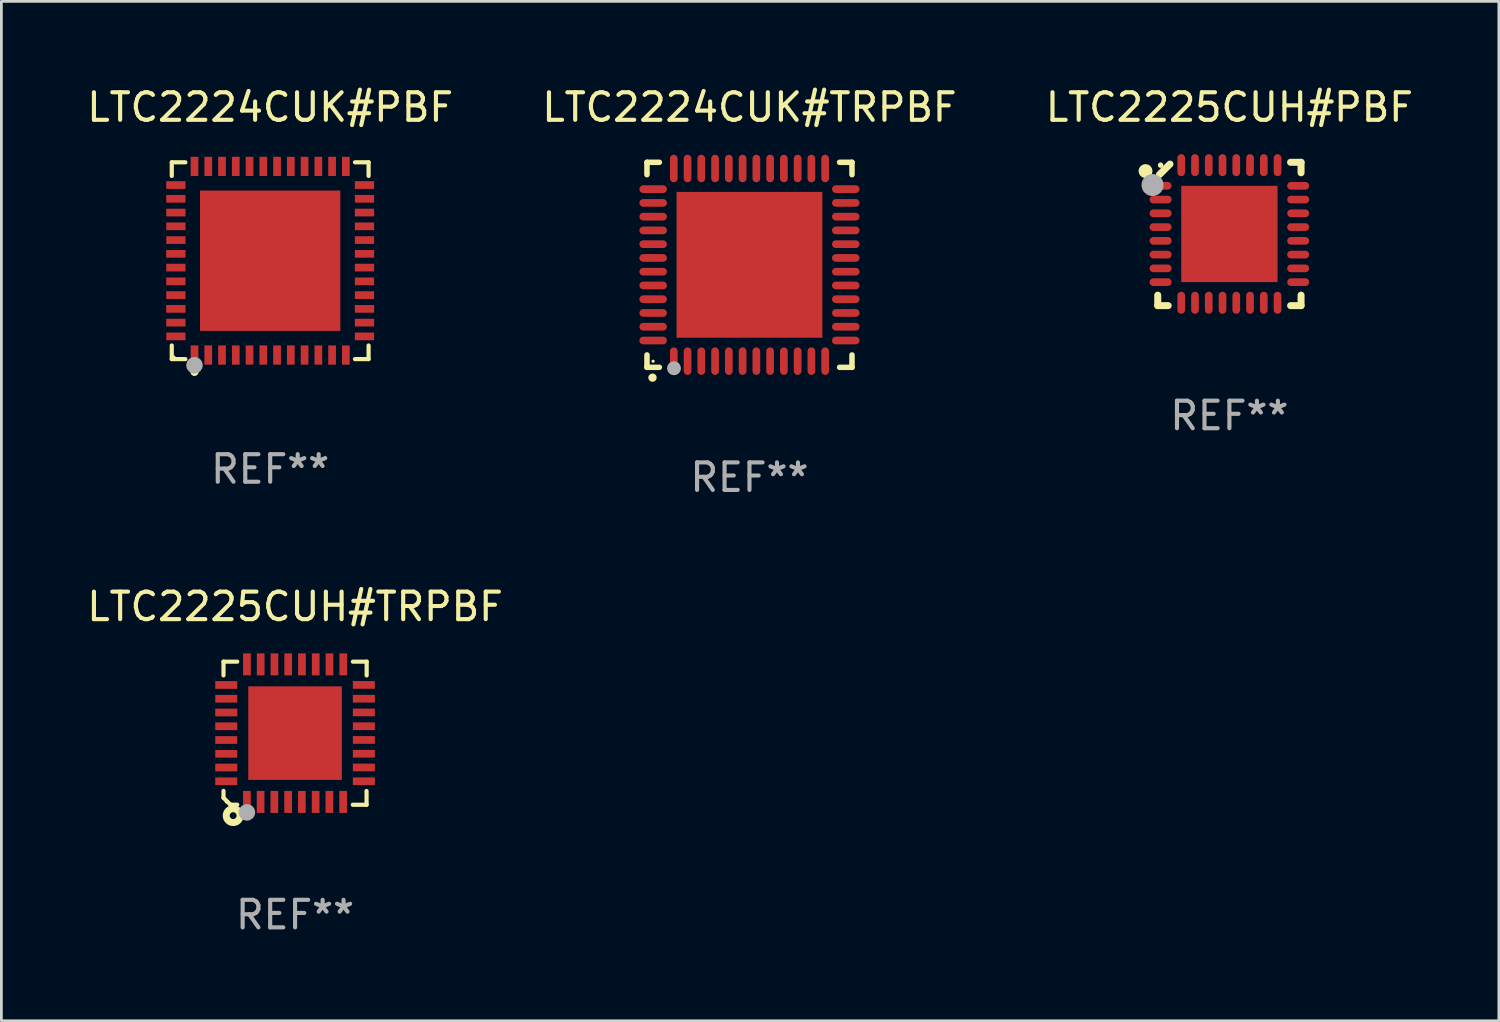
<source format=kicad_pcb>
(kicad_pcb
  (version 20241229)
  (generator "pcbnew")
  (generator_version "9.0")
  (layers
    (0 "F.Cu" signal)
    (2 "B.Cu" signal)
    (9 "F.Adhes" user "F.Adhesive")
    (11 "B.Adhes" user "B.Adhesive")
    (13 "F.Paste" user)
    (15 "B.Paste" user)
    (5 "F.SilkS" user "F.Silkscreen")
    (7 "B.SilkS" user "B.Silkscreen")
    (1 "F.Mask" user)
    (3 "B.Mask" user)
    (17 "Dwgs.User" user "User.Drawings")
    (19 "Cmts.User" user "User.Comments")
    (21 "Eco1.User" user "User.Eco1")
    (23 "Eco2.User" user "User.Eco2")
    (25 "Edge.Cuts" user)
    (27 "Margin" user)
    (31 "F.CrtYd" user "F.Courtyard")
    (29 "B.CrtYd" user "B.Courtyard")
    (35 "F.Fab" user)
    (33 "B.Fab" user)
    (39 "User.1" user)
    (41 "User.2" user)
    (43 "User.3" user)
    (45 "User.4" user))
  (footprint "LTC2225CUH#TRPBF"
    (layer "F.Cu")
    (at 7.673 23.594)
    (property "Reference" "LTC2225CUH#TRPBF" (at 0 -4.6 0) (layer "F.SilkS") (effects (font (size 1 1) (thickness 0.15))))
    (attr through_hole)
    (fp_line (start -2.601 2.097) (end -2.601 2.347) (stroke (width 0.152) (type solid)) (layer "F.SilkS"))
    (fp_line (start -2.601 2.347) (end -2.351 2.597) (stroke (width 0.152) (type solid)) (layer "F.SilkS"))
    (fp_line (start -2.601 -2.6) (end -2.601 -2.1) (stroke (width 0.152) (type solid)) (layer "F.SilkS"))
    (fp_line (start -2.601 -2.6) (end -2.101 -2.6) (stroke (width 0.152) (type solid)) (layer "F.SilkS"))
    (fp_line (start -2.351 2.597) (end -2.101 2.597) (stroke (width 0.152) (type solid)) (layer "F.SilkS"))
    (fp_line (start 2.597 2.6) (end 2.097 2.6) (stroke (width 0.152) (type solid)) (layer "F.SilkS"))
    (fp_line (start 2.597 2.6) (end 2.597 2.1) (stroke (width 0.152) (type solid)) (layer "F.SilkS"))
    (fp_line (start 2.601 -2.6) (end 2.101 -2.6) (stroke (width 0.152) (type solid)) (layer "F.SilkS"))
    (fp_line (start 2.601 -2.6) (end 2.601 -2.1) (stroke (width 0.152) (type solid)) (layer "F.SilkS"))
    (fp_circle (center -2.501 2.497) (end -2.471 2.497) (stroke (width 0.06) (type solid)) (fill no) (layer "F.SilkS"))
    (fp_circle (center -2.25 2.995) (end -2.125 2.995) (stroke (width 0.254) (type solid)) (fill no) (layer "F.SilkS"))
    (fp_circle (center -1.751 2.878) (end -1.601 2.878) (stroke (width 0.3) (type solid)) (fill no) (layer "F.Fab"))
    (fp_text user "REF**" (at 0 6.6 0) (layer "F.Fab") (effects (font (size 1 1) (thickness 0.15))))
    (pad "1" smd rect (at -1.751 2.497) (size 0.28 0.8) (layers "F.Cu" "F.Mask" "F.Paste"))
    (pad "2" smd rect (at -1.253 2.497) (size 0.28 0.8) (layers "F.Cu" "F.Mask" "F.Paste"))
    (pad "3" smd rect (at -0.753 2.497) (size 0.28 0.8) (layers "F.Cu" "F.Mask" "F.Paste"))
    (pad "4" smd rect (at -0.253 2.497) (size 0.28 0.8) (layers "F.Cu" "F.Mask" "F.Paste"))
    (pad "5" smd rect (at 0.247 2.497) (size 0.28 0.8) (layers "F.Cu" "F.Mask" "F.Paste"))
    (pad "6" smd rect (at 0.747 2.497) (size 0.28 0.8) (layers "F.Cu" "F.Mask" "F.Paste"))
    (pad "7" smd rect (at 1.247 2.497) (size 0.28 0.8) (layers "F.Cu" "F.Mask" "F.Paste"))
    (pad "8" smd rect (at 1.747 2.497) (size 0.28 0.8) (layers "F.Cu" "F.Mask" "F.Paste"))
    (pad "9" smd rect (at 2.499 1.746) (size 0.8 0.28) (layers "F.Cu" "F.Mask" "F.Paste"))
    (pad "10" smd rect (at 2.499 1.245) (size 0.8 0.28) (layers "F.Cu" "F.Mask" "F.Paste"))
    (pad "11" smd rect (at 2.499 0.746) (size 0.8 0.28) (layers "F.Cu" "F.Mask" "F.Paste"))
    (pad "12" smd rect (at 2.499 0.245) (size 0.8 0.28) (layers "F.Cu" "F.Mask" "F.Paste"))
    (pad "13" smd rect (at 2.499 -0.254) (size 0.8 0.28) (layers "F.Cu" "F.Mask" "F.Paste"))
    (pad "14" smd rect (at 2.499 -0.755) (size 0.8 0.28) (layers "F.Cu" "F.Mask" "F.Paste"))
    (pad "15" smd rect (at 2.499 -1.254) (size 0.8 0.28) (layers "F.Cu" "F.Mask" "F.Paste"))
    (pad "16" smd rect (at 2.499 -1.755) (size 0.8 0.28) (layers "F.Cu" "F.Mask" "F.Paste"))
    (pad "17" smd rect (at 1.75 -2.502) (size 0.28 0.8) (layers "F.Cu" "F.Mask" "F.Paste"))
    (pad "18" smd rect (at 1.25 -2.502) (size 0.28 0.8) (layers "F.Cu" "F.Mask" "F.Paste"))
    (pad "19" smd rect (at 0.75 -2.502) (size 0.28 0.8) (layers "F.Cu" "F.Mask" "F.Paste"))
    (pad "20" smd rect (at 0.25 -2.502) (size 0.28 0.8) (layers "F.Cu" "F.Mask" "F.Paste"))
    (pad "21" smd rect (at -0.25 -2.502) (size 0.28 0.8) (layers "F.Cu" "F.Mask" "F.Paste"))
    (pad "22" smd rect (at -0.75 -2.502) (size 0.28 0.8) (layers "F.Cu" "F.Mask" "F.Paste"))
    (pad "23" smd rect (at -1.25 -2.502) (size 0.28 0.8) (layers "F.Cu" "F.Mask" "F.Paste"))
    (pad "24" smd rect (at -1.75 -2.502) (size 0.28 0.8) (layers "F.Cu" "F.Mask" "F.Paste"))
    (pad "25" smd rect (at -2.501 -1.753) (size 0.8 0.28) (layers "F.Cu" "F.Mask" "F.Paste"))
    (pad "26" smd rect (at -2.501 -1.252) (size 0.8 0.28) (layers "F.Cu" "F.Mask" "F.Paste"))
    (pad "27" smd rect (at -2.501 -0.753) (size 0.8 0.28) (layers "F.Cu" "F.Mask" "F.Paste"))
    (pad "28" smd rect (at -2.501 -0.252) (size 0.8 0.28) (layers "F.Cu" "F.Mask" "F.Paste"))
    (pad "29" smd rect (at -2.501 0.247) (size 0.8 0.28) (layers "F.Cu" "F.Mask" "F.Paste"))
    (pad "30" smd rect (at -2.501 0.748) (size 0.8 0.28) (layers "F.Cu" "F.Mask" "F.Paste"))
    (pad "31" smd rect (at -2.501 1.247) (size 0.8 0.28) (layers "F.Cu" "F.Mask" "F.Paste"))
    (pad "32" smd rect (at -2.501 1.748) (size 0.8 0.28) (layers "F.Cu" "F.Mask" "F.Paste"))
    (pad "33" smd rect (at -0.001 -0.003 180) (size 3.4 3.4) (layers "F.Cu" "F.Mask" "F.Paste")))
  (footprint "LTC2224CUK#TRPBF"
    (layer "F.Cu")
    (at 24.185 6.573)
    (property "Reference" "LTC2224CUK#TRPBF" (at 0 -5.725 0) (layer "F.SilkS") (effects (font (size 1 1) (thickness 0.15))))
    (attr through_hole)
    (fp_line (start -3.725 -3.725) (end -3.275 -3.725) (stroke (width 0.2) (type solid)) (layer "F.SilkS"))
    (fp_line (start -3.725 -3.275) (end -3.725 -3.725) (stroke (width 0.2) (type solid)) (layer "F.SilkS"))
    (fp_line (start -3.725 3.725) (end -3.725 3.275) (stroke (width 0.2) (type solid)) (layer "F.SilkS"))
    (fp_line (start -3.275 3.725) (end -3.725 3.725) (stroke (width 0.2) (type solid)) (layer "F.SilkS"))
    (fp_line (start 3.275 3.725) (end 3.725 3.725) (stroke (width 0.2) (type solid)) (layer "F.SilkS"))
    (fp_line (start 3.725 -3.725) (end 3.275 -3.725) (stroke (width 0.2) (type solid)) (layer "F.SilkS"))
    (fp_line (start 3.725 -3.275) (end 3.725 -3.725) (stroke (width 0.2) (type solid)) (layer "F.SilkS"))
    (fp_line (start 3.725 3.725) (end 3.725 3.275) (stroke (width 0.2) (type solid)) (layer "F.SilkS"))
    (fp_arc (start -3.525527 4.099568) (mid -3.524257 4.099563) (end -3.522987 4.099568) (stroke (width 0.3) (type solid)) (layer "F.SilkS"))
    (fp_circle (center -3.502 3.504) (end -3.472 3.504) (stroke (width 0.06) (type solid)) (fill no) (layer "F.SilkS"))
    (fp_circle (center -2.743 3.759) (end -2.616 3.759) (stroke (width 0.254) (type solid)) (fill no) (layer "F.Fab"))
    (fp_text user "REF**" (at 0 7.725 0) (layer "F.Fab") (effects (font (size 1 1) (thickness 0.15))))
    (pad "1" smd oval (at -2.75 3.5) (size 0.28 1) (layers "F.Cu" "F.Mask" "F.Paste"))
    (pad "2" smd oval (at -2.25 3.5) (size 0.28 1) (layers "F.Cu" "F.Mask" "F.Paste"))
    (pad "3" smd oval (at -1.75 3.5) (size 0.28 1) (layers "F.Cu" "F.Mask" "F.Paste"))
    (pad "4" smd oval (at -1.25 3.5) (size 0.28 1) (layers "F.Cu" "F.Mask" "F.Paste"))
    (pad "5" smd oval (at -0.75 3.5) (size 0.28 1) (layers "F.Cu" "F.Mask" "F.Paste"))
    (pad "6" smd oval (at -0.25 3.5) (size 0.28 1) (layers "F.Cu" "F.Mask" "F.Paste"))
    (pad "7" smd oval (at 0.25 3.5) (size 0.28 1) (layers "F.Cu" "F.Mask" "F.Paste"))
    (pad "8" smd oval (at 0.75 3.5) (size 0.28 1) (layers "F.Cu" "F.Mask" "F.Paste"))
    (pad "9" smd oval (at 1.25 3.5) (size 0.28 1) (layers "F.Cu" "F.Mask" "F.Paste"))
    (pad "10" smd oval (at 1.75 3.5) (size 0.28 1) (layers "F.Cu" "F.Mask" "F.Paste"))
    (pad "11" smd oval (at 2.25 3.5) (size 0.28 1) (layers "F.Cu" "F.Mask" "F.Paste"))
    (pad "12" smd oval (at 2.75 3.5) (size 0.28 1) (layers "F.Cu" "F.Mask" "F.Paste"))
    (pad "13" smd oval (at 3.5 2.75) (size 1 0.28) (layers "F.Cu" "F.Mask" "F.Paste"))
    (pad "14" smd oval (at 3.5 2.25) (size 1 0.28) (layers "F.Cu" "F.Mask" "F.Paste"))
    (pad "15" smd oval (at 3.5 1.75) (size 1 0.28) (layers "F.Cu" "F.Mask" "F.Paste"))
    (pad "16" smd oval (at 3.5 1.25) (size 1 0.28) (layers "F.Cu" "F.Mask" "F.Paste"))
    (pad "17" smd oval (at 3.5 0.75) (size 1 0.28) (layers "F.Cu" "F.Mask" "F.Paste"))
    (pad "18" smd oval (at 3.5 0.25) (size 1 0.28) (layers "F.Cu" "F.Mask" "F.Paste"))
    (pad "19" smd oval (at 3.5 -0.25) (size 1 0.28) (layers "F.Cu" "F.Mask" "F.Paste"))
    (pad "20" smd oval (at 3.5 -0.75) (size 1 0.28) (layers "F.Cu" "F.Mask" "F.Paste"))
    (pad "21" smd oval (at 3.5 -1.25) (size 1 0.28) (layers "F.Cu" "F.Mask" "F.Paste"))
    (pad "22" smd oval (at 3.5 -1.75) (size 1 0.28) (layers "F.Cu" "F.Mask" "F.Paste"))
    (pad "23" smd oval (at 3.5 -2.25) (size 1 0.28) (layers "F.Cu" "F.Mask" "F.Paste"))
    (pad "24" smd oval (at 3.5 -2.75) (size 1 0.28) (layers "F.Cu" "F.Mask" "F.Paste"))
    (pad "25" smd oval (at 2.75 -3.5) (size 0.28 1) (layers "F.Cu" "F.Mask" "F.Paste"))
    (pad "26" smd oval (at 2.25 -3.5) (size 0.28 1) (layers "F.Cu" "F.Mask" "F.Paste"))
    (pad "27" smd oval (at 1.75 -3.5) (size 0.28 1) (layers "F.Cu" "F.Mask" "F.Paste"))
    (pad "28" smd oval (at 1.25 -3.5) (size 0.28 1) (layers "F.Cu" "F.Mask" "F.Paste"))
    (pad "29" smd oval (at 0.75 -3.5) (size 0.28 1) (layers "F.Cu" "F.Mask" "F.Paste"))
    (pad "30" smd oval (at 0.25 -3.5) (size 0.28 1) (layers "F.Cu" "F.Mask" "F.Paste"))
    (pad "31" smd oval (at -0.25 -3.5) (size 0.28 1) (layers "F.Cu" "F.Mask" "F.Paste"))
    (pad "32" smd oval (at -0.75 -3.5) (size 0.28 1) (layers "F.Cu" "F.Mask" "F.Paste"))
    (pad "33" smd oval (at -1.25 -3.5) (size 0.28 1) (layers "F.Cu" "F.Mask" "F.Paste"))
    (pad "34" smd oval (at -1.75 -3.5) (size 0.28 1) (layers "F.Cu" "F.Mask" "F.Paste"))
    (pad "35" smd oval (at -2.25 -3.5) (size 0.28 1) (layers "F.Cu" "F.Mask" "F.Paste"))
    (pad "36" smd oval (at -2.75 -3.5) (size 0.28 1) (layers "F.Cu" "F.Mask" "F.Paste"))
    (pad "37" smd oval (at -3.5 -2.75) (size 1 0.28) (layers "F.Cu" "F.Mask" "F.Paste"))
    (pad "38" smd oval (at -3.5 -2.25) (size 1 0.28) (layers "F.Cu" "F.Mask" "F.Paste"))
    (pad "39" smd oval (at -3.5 -1.75) (size 1 0.28) (layers "F.Cu" "F.Mask" "F.Paste"))
    (pad "40" smd oval (at -3.5 -1.25) (size 1 0.28) (layers "F.Cu" "F.Mask" "F.Paste"))
    (pad "41" smd oval (at -3.5 -0.75) (size 1 0.28) (layers "F.Cu" "F.Mask" "F.Paste"))
    (pad "42" smd oval (at -3.5 -0.25) (size 1 0.28) (layers "F.Cu" "F.Mask" "F.Paste"))
    (pad "43" smd oval (at -3.5 0.25) (size 1 0.28) (layers "F.Cu" "F.Mask" "F.Paste"))
    (pad "44" smd oval (at -3.5 0.75) (size 1 0.28) (layers "F.Cu" "F.Mask" "F.Paste"))
    (pad "45" smd oval (at -3.5 1.25) (size 1 0.28) (layers "F.Cu" "F.Mask" "F.Paste"))
    (pad "46" smd oval (at -3.5 1.75) (size 1 0.28) (layers "F.Cu" "F.Mask" "F.Paste"))
    (pad "47" smd oval (at -3.5 2.25) (size 1 0.28) (layers "F.Cu" "F.Mask" "F.Paste"))
    (pad "48" smd oval (at -3.5 2.75) (size 1 0.28) (layers "F.Cu" "F.Mask" "F.Paste"))
    (pad "49" smd rect (at 0 0) (size 5.3 5.3) (layers "F.Cu" "F.Mask" "F.Paste")))
  (footprint "LTC2225CUH#PBF"
    (layer "F.Cu")
    (at 41.625 5.452)
    (property "Reference" "LTC2225CUH#PBF" (at 0 -4.604 0) (layer "F.SilkS") (effects (font (size 1 1) (thickness 0.15))))
    (attr through_hole)
    (fp_line (start -2.604 2.223) (end -2.604 2.604) (stroke (width 0.254) (type solid)) (layer "F.SilkS"))
    (fp_line (start -2.604 2.604) (end -2.223 2.604) (stroke (width 0.254) (type solid)) (layer "F.SilkS"))
    (fp_line (start -2.159 -2.54) (end -2.54 -2.159) (stroke (width 0.254) (type solid)) (layer "F.SilkS"))
    (fp_line (start 2.223 2.604) (end 2.604 2.604) (stroke (width 0.254) (type solid)) (layer "F.SilkS"))
    (fp_line (start 2.604 -2.604) (end 2.223 -2.604) (stroke (width 0.254) (type solid)) (layer "F.SilkS"))
    (fp_line (start 2.604 -2.223) (end 2.604 -2.604) (stroke (width 0.254) (type solid)) (layer "F.SilkS"))
    (fp_line (start 2.604 2.604) (end 2.604 2.223) (stroke (width 0.254) (type solid)) (layer "F.SilkS"))
    (fp_circle (center -3.048 -2.286) (end -2.921 -2.286) (stroke (width 0.254) (type solid)) (fill no) (layer "F.SilkS"))
    (fp_circle (center -2.5 -2.5) (end -2.45 -2.5) (stroke (width 0.1) (type solid)) (fill no) (layer "F.SilkS"))
    (fp_circle (center -2.794 -1.778) (end -2.594 -1.778) (stroke (width 0.4) (type solid)) (fill no) (layer "F.Fab"))
    (fp_text user "REF**" (at 0 6.604 0) (layer "F.Fab") (effects (font (size 1 1) (thickness 0.15))))
    (pad "1" smd oval (at -2.5 -1.75) (size 0.8 0.28) (layers "F.Cu" "F.Mask" "F.Paste"))
    (pad "2" smd oval (at -2.5 -1.25) (size 0.8 0.28) (layers "F.Cu" "F.Mask" "F.Paste"))
    (pad "3" smd oval (at -2.5 -0.75) (size 0.8 0.28) (layers "F.Cu" "F.Mask" "F.Paste"))
    (pad "4" smd oval (at -2.5 -0.25) (size 0.8 0.28) (layers "F.Cu" "F.Mask" "F.Paste"))
    (pad "5" smd oval (at -2.5 0.25) (size 0.8 0.28) (layers "F.Cu" "F.Mask" "F.Paste"))
    (pad "6" smd oval (at -2.5 0.75) (size 0.8 0.28) (layers "F.Cu" "F.Mask" "F.Paste"))
    (pad "7" smd oval (at -2.5 1.25) (size 0.8 0.28) (layers "F.Cu" "F.Mask" "F.Paste"))
    (pad "8" smd oval (at -2.5 1.75) (size 0.8 0.28) (layers "F.Cu" "F.Mask" "F.Paste"))
    (pad "9" smd oval (at -1.75 2.5) (size 0.28 0.8) (layers "F.Cu" "F.Mask" "F.Paste"))
    (pad "10" smd oval (at -1.25 2.5) (size 0.28 0.8) (layers "F.Cu" "F.Mask" "F.Paste"))
    (pad "11" smd oval (at -0.75 2.5) (size 0.28 0.8) (layers "F.Cu" "F.Mask" "F.Paste"))
    (pad "12" smd oval (at -0.25 2.5) (size 0.28 0.8) (layers "F.Cu" "F.Mask" "F.Paste"))
    (pad "13" smd oval (at 0.25 2.5) (size 0.28 0.8) (layers "F.Cu" "F.Mask" "F.Paste"))
    (pad "14" smd oval (at 0.75 2.5) (size 0.28 0.8) (layers "F.Cu" "F.Mask" "F.Paste"))
    (pad "15" smd oval (at 1.25 2.5) (size 0.28 0.8) (layers "F.Cu" "F.Mask" "F.Paste"))
    (pad "16" smd oval (at 1.75 2.5) (size 0.28 0.8) (layers "F.Cu" "F.Mask" "F.Paste"))
    (pad "17" smd oval (at 2.5 1.75) (size 0.8 0.28) (layers "F.Cu" "F.Mask" "F.Paste"))
    (pad "18" smd oval (at 2.5 1.25) (size 0.8 0.28) (layers "F.Cu" "F.Mask" "F.Paste"))
    (pad "19" smd oval (at 2.5 0.75) (size 0.8 0.28) (layers "F.Cu" "F.Mask" "F.Paste"))
    (pad "20" smd oval (at 2.5 0.25) (size 0.8 0.28) (layers "F.Cu" "F.Mask" "F.Paste"))
    (pad "21" smd oval (at 2.5 -0.25) (size 0.8 0.28) (layers "F.Cu" "F.Mask" "F.Paste"))
    (pad "22" smd oval (at 2.5 -0.75) (size 0.8 0.28) (layers "F.Cu" "F.Mask" "F.Paste"))
    (pad "23" smd oval (at 2.5 -1.25) (size 0.8 0.28) (layers "F.Cu" "F.Mask" "F.Paste"))
    (pad "24" smd oval (at 2.5 -1.75) (size 0.8 0.28) (layers "F.Cu" "F.Mask" "F.Paste"))
    (pad "25" smd oval (at 1.75 -2.5) (size 0.28 0.8) (layers "F.Cu" "F.Mask" "F.Paste"))
    (pad "26" smd oval (at 1.25 -2.5) (size 0.28 0.8) (layers "F.Cu" "F.Mask" "F.Paste"))
    (pad "27" smd oval (at 0.75 -2.5) (size 0.28 0.8) (layers "F.Cu" "F.Mask" "F.Paste"))
    (pad "28" smd oval (at 0.25 -2.5) (size 0.28 0.8) (layers "F.Cu" "F.Mask" "F.Paste"))
    (pad "29" smd oval (at -0.25 -2.5) (size 0.28 0.8) (layers "F.Cu" "F.Mask" "F.Paste"))
    (pad "30" smd oval (at -0.75 -2.5) (size 0.28 0.8) (layers "F.Cu" "F.Mask" "F.Paste"))
    (pad "31" smd oval (at -1.25 -2.5) (size 0.28 0.8) (layers "F.Cu" "F.Mask" "F.Paste"))
    (pad "32" smd oval (at -1.75 -2.5) (size 0.28 0.8) (layers "F.Cu" "F.Mask" "F.Paste"))
    (pad "33" smd rect (at 0.000076 0.000076) (size 3.5 3.5) (layers "F.Cu" "F.Mask" "F.Paste")))
  (footprint "LTC2224CUK#PBF"
    (layer "F.Cu")
    (at 6.768 6.424)
    (property "Reference" "LTC2224CUK#PBF" (at 0 -5.576 0) (layer "F.SilkS") (effects (font (size 1 1) (thickness 0.15))))
    (attr through_hole)
    (fp_line (start -3.576 -3.576) (end -3.081 -3.576) (stroke (width 0.152) (type solid)) (layer "F.SilkS"))
    (fp_line (start -3.576 -3.081) (end -3.576 -3.576) (stroke (width 0.152) (type solid)) (layer "F.SilkS"))
    (fp_line (start -3.576 3.081) (end -3.576 3.576) (stroke (width 0.152) (type solid)) (layer "F.SilkS"))
    (fp_line (start -3.576 3.576) (end -3.081 3.576) (stroke (width 0.152) (type solid)) (layer "F.SilkS"))
    (fp_line (start 3.576 -3.576) (end 3.081 -3.576) (stroke (width 0.152) (type solid)) (layer "F.SilkS"))
    (fp_line (start 3.576 -3.081) (end 3.576 -3.576) (stroke (width 0.152) (type solid)) (layer "F.SilkS"))
    (fp_line (start 3.576 3.081) (end 3.576 3.576) (stroke (width 0.152) (type solid)) (layer "F.SilkS"))
    (fp_line (start 3.576 3.576) (end 3.081 3.576) (stroke (width 0.152) (type solid)) (layer "F.SilkS"))
    (fp_circle (center -3.5 3.5) (end -3.47 3.5) (stroke (width 0.06) (type solid)) (fill no) (layer "F.SilkS"))
    (fp_circle (center -2.75 4.04) (end -2.675 4.04) (stroke (width 0.15) (type solid)) (fill no) (layer "F.SilkS"))
    (fp_circle (center -2.75 3.8) (end -2.6 3.8) (stroke (width 0.3) (type solid)) (fill no) (layer "F.Fab"))
    (fp_text user "REF**" (at 0 7.576 0) (layer "F.Fab") (effects (font (size 1 1) (thickness 0.15))))
    (pad "1" smd rect (at -2.75 3.427) (size 0.28 0.7) (layers "F.Cu" "F.Mask" "F.Paste"))
    (pad "2" smd rect (at -2.25 3.427) (size 0.28 0.7) (layers "F.Cu" "F.Mask" "F.Paste"))
    (pad "3" smd rect (at -1.75 3.427) (size 0.28 0.7) (layers "F.Cu" "F.Mask" "F.Paste"))
    (pad "4" smd rect (at -1.25 3.427) (size 0.28 0.7) (layers "F.Cu" "F.Mask" "F.Paste"))
    (pad "5" smd rect (at -0.75 3.427) (size 0.28 0.7) (layers "F.Cu" "F.Mask" "F.Paste"))
    (pad "6" smd rect (at -0.25 3.427) (size 0.28 0.7) (layers "F.Cu" "F.Mask" "F.Paste"))
    (pad "7" smd rect (at 0.25 3.427) (size 0.28 0.7) (layers "F.Cu" "F.Mask" "F.Paste"))
    (pad "8" smd rect (at 0.75 3.427) (size 0.28 0.7) (layers "F.Cu" "F.Mask" "F.Paste"))
    (pad "9" smd rect (at 1.25 3.427) (size 0.28 0.7) (layers "F.Cu" "F.Mask" "F.Paste"))
    (pad "10" smd rect (at 1.75 3.427) (size 0.28 0.7) (layers "F.Cu" "F.Mask" "F.Paste"))
    (pad "11" smd rect (at 2.25 3.427) (size 0.28 0.7) (layers "F.Cu" "F.Mask" "F.Paste"))
    (pad "12" smd rect (at 2.75 3.427) (size 0.28 0.7) (layers "F.Cu" "F.Mask" "F.Paste"))
    (pad "13" smd rect (at 3.427 2.75) (size 0.7 0.28) (layers "F.Cu" "F.Mask" "F.Paste"))
    (pad "14" smd rect (at 3.427 2.25) (size 0.7 0.28) (layers "F.Cu" "F.Mask" "F.Paste"))
    (pad "15" smd rect (at 3.427 1.75) (size 0.7 0.28) (layers "F.Cu" "F.Mask" "F.Paste"))
    (pad "16" smd rect (at 3.427 1.25) (size 0.7 0.28) (layers "F.Cu" "F.Mask" "F.Paste"))
    (pad "17" smd rect (at 3.427 0.75) (size 0.7 0.28) (layers "F.Cu" "F.Mask" "F.Paste"))
    (pad "18" smd rect (at 3.427 0.25) (size 0.7 0.28) (layers "F.Cu" "F.Mask" "F.Paste"))
    (pad "19" smd rect (at 3.427 -0.25) (size 0.7 0.28) (layers "F.Cu" "F.Mask" "F.Paste"))
    (pad "20" smd rect (at 3.427 -0.75) (size 0.7 0.28) (layers "F.Cu" "F.Mask" "F.Paste"))
    (pad "21" smd rect (at 3.427 -1.25) (size 0.7 0.28) (layers "F.Cu" "F.Mask" "F.Paste"))
    (pad "22" smd rect (at 3.427 -1.75) (size 0.7 0.28) (layers "F.Cu" "F.Mask" "F.Paste"))
    (pad "23" smd rect (at 3.427 -2.25) (size 0.7 0.28) (layers "F.Cu" "F.Mask" "F.Paste"))
    (pad "24" smd rect (at 3.427 -2.75) (size 0.7 0.28) (layers "F.Cu" "F.Mask" "F.Paste"))
    (pad "25" smd rect (at 2.75 -3.427) (size 0.28 0.7) (layers "F.Cu" "F.Mask" "F.Paste"))
    (pad "26" smd rect (at 2.25 -3.427) (size 0.28 0.7) (layers "F.Cu" "F.Mask" "F.Paste"))
    (pad "27" smd rect (at 1.75 -3.427) (size 0.28 0.7) (layers "F.Cu" "F.Mask" "F.Paste"))
    (pad "28" smd rect (at 1.25 -3.427) (size 0.28 0.7) (layers "F.Cu" "F.Mask" "F.Paste"))
    (pad "29" smd rect (at 0.75 -3.427) (size 0.28 0.7) (layers "F.Cu" "F.Mask" "F.Paste"))
    (pad "30" smd rect (at 0.25 -3.427) (size 0.28 0.7) (layers "F.Cu" "F.Mask" "F.Paste"))
    (pad "31" smd rect (at -0.25 -3.427) (size 0.28 0.7) (layers "F.Cu" "F.Mask" "F.Paste"))
    (pad "32" smd rect (at -0.75 -3.427) (size 0.28 0.7) (layers "F.Cu" "F.Mask" "F.Paste"))
    (pad "33" smd rect (at -1.25 -3.427) (size 0.28 0.7) (layers "F.Cu" "F.Mask" "F.Paste"))
    (pad "34" smd rect (at -1.75 -3.427) (size 0.28 0.7) (layers "F.Cu" "F.Mask" "F.Paste"))
    (pad "35" smd rect (at -2.25 -3.427) (size 0.28 0.7) (layers "F.Cu" "F.Mask" "F.Paste"))
    (pad "36" smd rect (at -2.75 -3.427) (size 0.28 0.7) (layers "F.Cu" "F.Mask" "F.Paste"))
    (pad "37" smd rect (at -3.427 -2.75) (size 0.7 0.28) (layers "F.Cu" "F.Mask" "F.Paste"))
    (pad "38" smd rect (at -3.427 -2.25) (size 0.7 0.28) (layers "F.Cu" "F.Mask" "F.Paste"))
    (pad "39" smd rect (at -3.427 -1.75) (size 0.7 0.28) (layers "F.Cu" "F.Mask" "F.Paste"))
    (pad "40" smd rect (at -3.427 -1.25) (size 0.7 0.28) (layers "F.Cu" "F.Mask" "F.Paste"))
    (pad "41" smd rect (at -3.427 -0.75) (size 0.7 0.28) (layers "F.Cu" "F.Mask" "F.Paste"))
    (pad "42" smd rect (at -3.427 -0.25) (size 0.7 0.28) (layers "F.Cu" "F.Mask" "F.Paste"))
    (pad "43" smd rect (at -3.427 0.25) (size 0.7 0.28) (layers "F.Cu" "F.Mask" "F.Paste"))
    (pad "44" smd rect (at -3.427 0.75) (size 0.7 0.28) (layers "F.Cu" "F.Mask" "F.Paste"))
    (pad "45" smd rect (at -3.427 1.25) (size 0.7 0.28) (layers "F.Cu" "F.Mask" "F.Paste"))
    (pad "46" smd rect (at -3.427 1.75) (size 0.7 0.28) (layers "F.Cu" "F.Mask" "F.Paste"))
    (pad "47" smd rect (at -3.427 2.25) (size 0.7 0.28) (layers "F.Cu" "F.Mask" "F.Paste"))
    (pad "48" smd rect (at -3.427 2.75) (size 0.7 0.28) (layers "F.Cu" "F.Mask" "F.Paste"))
    (pad "49" smd rect (at 0 0) (size 5.1 5.1) (layers "F.Cu" "F.Mask" "F.Paste")))
  (gr_rect
    (start -3 -3)
    (end 51.417 34.043)
    (stroke (width 0.1) (type default))
    (fill no)
    (layer "Edge.Cuts")))
</source>
